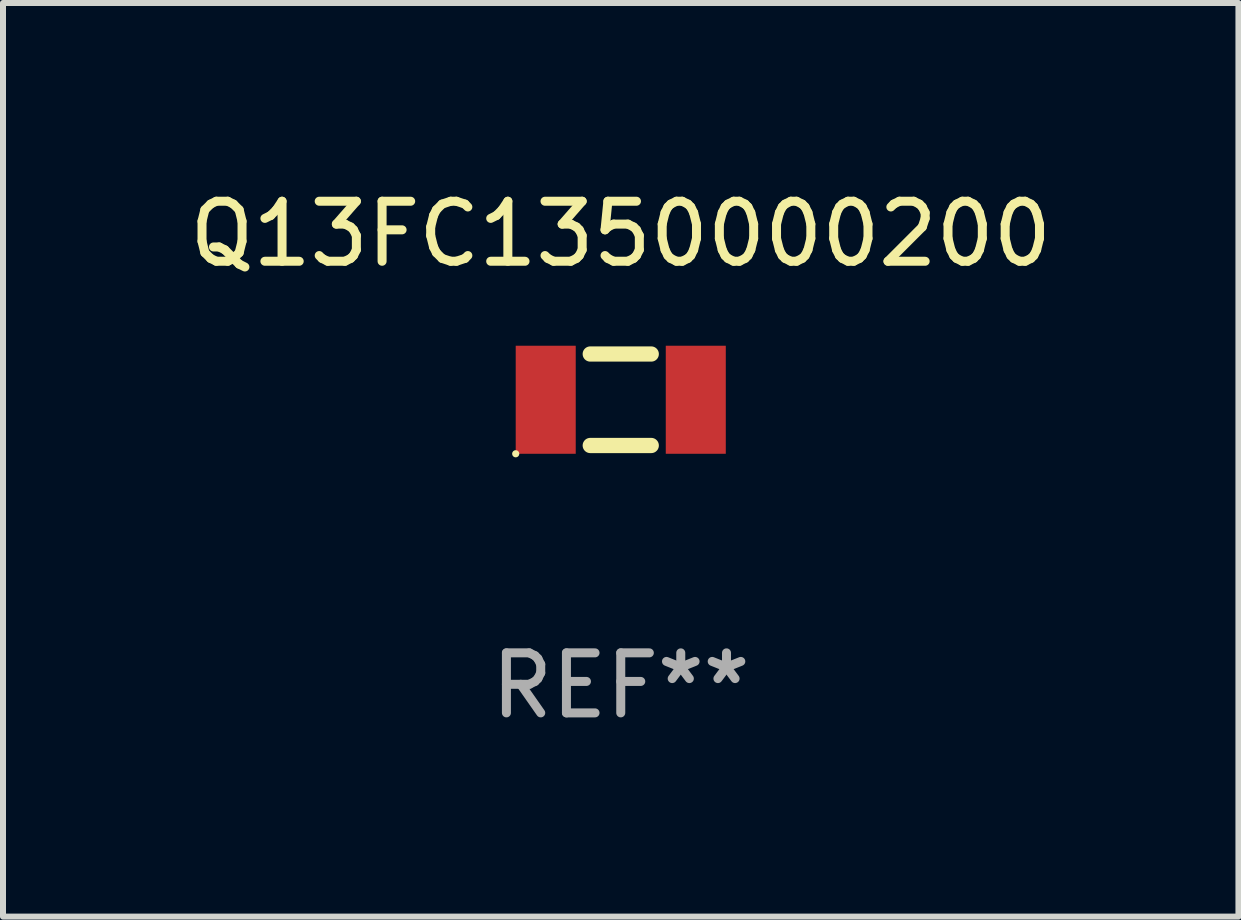
<source format=kicad_pcb>
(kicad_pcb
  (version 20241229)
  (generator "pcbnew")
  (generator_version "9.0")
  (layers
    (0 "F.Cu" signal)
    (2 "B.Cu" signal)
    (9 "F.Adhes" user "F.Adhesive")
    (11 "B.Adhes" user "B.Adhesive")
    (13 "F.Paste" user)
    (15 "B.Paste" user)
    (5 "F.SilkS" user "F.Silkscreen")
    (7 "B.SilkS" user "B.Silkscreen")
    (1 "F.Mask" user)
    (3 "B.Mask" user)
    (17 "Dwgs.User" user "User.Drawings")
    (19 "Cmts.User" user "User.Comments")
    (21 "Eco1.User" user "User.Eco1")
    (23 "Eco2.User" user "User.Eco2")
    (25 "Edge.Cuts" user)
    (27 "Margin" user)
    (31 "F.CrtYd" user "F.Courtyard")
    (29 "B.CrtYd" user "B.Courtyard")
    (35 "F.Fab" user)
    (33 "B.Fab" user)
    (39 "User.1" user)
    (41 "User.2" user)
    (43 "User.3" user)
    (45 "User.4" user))
  (footprint "Q13FC1350000200"
    (layer "F.Cu")
    (at 7.292 3.61)
    (property "Reference" "Q13FC1350000200" (at 0 -2.762 0) (layer "F.SilkS") (effects (font (size 1 1) (thickness 0.15))))
    (attr through_hole)
    (fp_line (start -0.508 -0.762) (end 0.508 -0.762) (stroke (width 0.254) (type solid)) (layer "F.SilkS"))
    (fp_line (start 0.508 0.762) (end -0.508 0.762) (stroke (width 0.254) (type solid)) (layer "F.SilkS"))
    (fp_circle (center -1.75 0.9) (end -1.72 0.9) (stroke (width 0.06) (type solid)) (fill no) (layer "F.SilkS"))
    (fp_text user "REF**" (at 0 4.762 0) (layer "F.Fab") (effects (font (size 1 1) (thickness 0.15))))
    (pad "1" smd rect (at -1.25 0.000127 90) (size 1.8 1) (layers "F.Cu" "F.Mask" "F.Paste"))
    (pad "2" smd rect (at 1.25 0.000127 90) (size 1.8 1) (layers "F.Cu" "F.Mask" "F.Paste")))
  (gr_rect
    (start -3 -3)
    (end 17.583 12.221)
    (stroke (width 0.1) (type default))
    (fill no)
    (layer "Edge.Cuts")))
</source>
